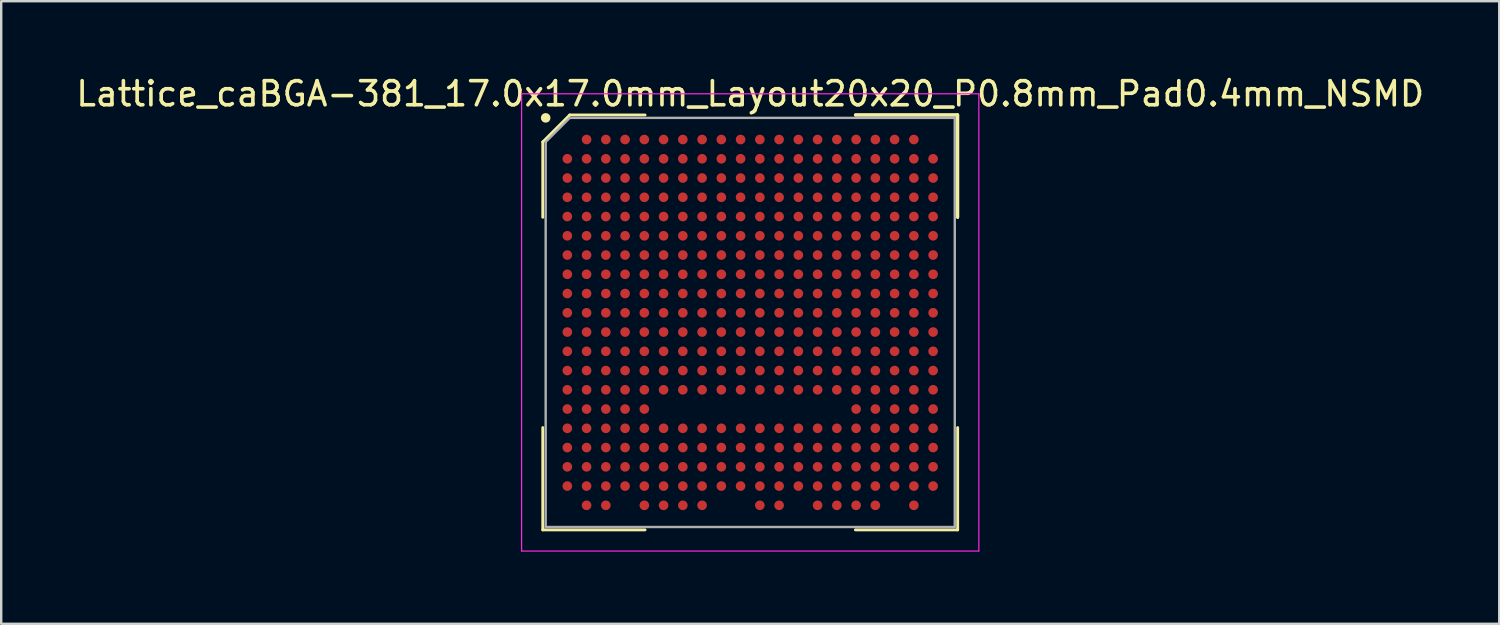
<source format=kicad_pcb>
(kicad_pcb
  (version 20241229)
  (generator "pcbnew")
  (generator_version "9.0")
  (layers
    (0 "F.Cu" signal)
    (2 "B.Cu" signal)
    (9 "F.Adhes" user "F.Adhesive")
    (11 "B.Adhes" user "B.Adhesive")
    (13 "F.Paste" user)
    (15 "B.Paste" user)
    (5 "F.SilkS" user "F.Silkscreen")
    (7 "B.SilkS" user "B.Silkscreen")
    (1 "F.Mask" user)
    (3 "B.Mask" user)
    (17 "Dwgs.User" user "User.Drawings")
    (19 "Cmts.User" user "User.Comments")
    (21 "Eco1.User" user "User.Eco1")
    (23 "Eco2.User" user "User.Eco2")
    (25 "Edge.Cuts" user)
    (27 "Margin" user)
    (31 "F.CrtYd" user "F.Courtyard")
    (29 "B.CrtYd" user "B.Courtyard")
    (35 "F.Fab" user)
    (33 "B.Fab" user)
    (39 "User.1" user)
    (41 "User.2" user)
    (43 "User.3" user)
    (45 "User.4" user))
  (footprint "Lattice_caBGA-381_17.0x17.0mm_Layout20x20_P0.8mm_Pad0.4mm_NSMD"
    (layer "F.Cu")
    (at 28.125 10.348)
    (property "Reference" "Lattice_caBGA-381_17.0x17.0mm_Layout20x20_P0.8mm_Pad0.4mm_NSMD" (at 0 -9.5 0) (layer "F.SilkS") (effects (font (size 1 1) (thickness 0.15))))
    (attr smd)
    (fp_line (start -8.62 -7.5) (end -8.62 -4.37) (stroke (width 0.12) (type solid)) (layer "F.SilkS"))
    (fp_line (start -8.62 8.62) (end -8.62 4.37) (stroke (width 0.12) (type solid)) (layer "F.SilkS"))
    (fp_line (start -7.5 -8.62) (end -8.62 -7.5) (stroke (width 0.12) (type solid)) (layer "F.SilkS"))
    (fp_line (start -4.37 -8.62) (end -7.5 -8.62) (stroke (width 0.12) (type solid)) (layer "F.SilkS"))
    (fp_line (start -4.37 8.62) (end -8.62 8.62) (stroke (width 0.12) (type solid)) (layer "F.SilkS"))
    (fp_line (start 4.37 -8.62) (end 8.62 -8.62) (stroke (width 0.12) (type solid)) (layer "F.SilkS"))
    (fp_line (start 4.37 -8.62) (end 8.62 -8.62) (stroke (width 0.12) (type solid)) (layer "F.SilkS"))
    (fp_line (start 4.37 -8.62) (end 8.62 -8.62) (stroke (width 0.12) (type solid)) (layer "F.SilkS"))
    (fp_line (start 4.37 8.62) (end 8.62 8.62) (stroke (width 0.12) (type solid)) (layer "F.SilkS"))
    (fp_line (start 8.62 -8.62) (end 8.62 -4.37) (stroke (width 0.12) (type solid)) (layer "F.SilkS"))
    (fp_line (start 8.62 -8.62) (end 8.62 -4.37) (stroke (width 0.12) (type solid)) (layer "F.SilkS"))
    (fp_line (start 8.62 -8.62) (end 8.62 -4.37) (stroke (width 0.12) (type solid)) (layer "F.SilkS"))
    (fp_line (start 8.62 8.62) (end 8.62 4.37) (stroke (width 0.12) (type solid)) (layer "F.SilkS"))
    (fp_circle (center -8.5 -8.5) (end -8.5 -8.4) (stroke (width 0.2) (type solid)) (fill no) (layer "F.SilkS"))
    (fp_line (start -9.5 -9.5) (end 9.5 -9.5) (stroke (width 0.05) (type solid)) (layer "F.CrtYd"))
    (fp_line (start -9.5 9.5) (end -9.5 -9.5) (stroke (width 0.05) (type solid)) (layer "F.CrtYd"))
    (fp_line (start 9.5 -9.5) (end 9.5 9.5) (stroke (width 0.05) (type solid)) (layer "F.CrtYd"))
    (fp_line (start 9.5 9.5) (end -9.5 9.5) (stroke (width 0.05) (type solid)) (layer "F.CrtYd"))
    (fp_line (start -8.5 -7.5) (end -8.5 8.5) (stroke (width 0.1) (type solid)) (layer "F.Fab"))
    (fp_line (start -8.5 8.5) (end 8.5 8.5) (stroke (width 0.1) (type solid)) (layer "F.Fab"))
    (fp_line (start -7.5 -8.5) (end -8.5 -7.5) (stroke (width 0.1) (type solid)) (layer "F.Fab"))
    (fp_line (start 8.5 -8.5) (end -7.5 -8.5) (stroke (width 0.1) (type solid)) (layer "F.Fab"))
    (fp_line (start 8.5 8.5) (end 8.5 -8.5) (stroke (width 0.1) (type solid)) (layer "F.Fab"))
    (pad "A2" smd circle (at -6.8 -7.6) (size 0.4 0.4) (layers "F.Cu" "F.Mask" "F.Paste"))
    (pad "A3" smd circle (at -6 -7.6) (size 0.4 0.4) (layers "F.Cu" "F.Mask" "F.Paste"))
    (pad "A4" smd circle (at -5.2 -7.6) (size 0.4 0.4) (layers "F.Cu" "F.Mask" "F.Paste"))
    (pad "A5" smd circle (at -4.4 -7.6) (size 0.4 0.4) (layers "F.Cu" "F.Mask" "F.Paste"))
    (pad "A6" smd circle (at -3.6 -7.6) (size 0.4 0.4) (layers "F.Cu" "F.Mask" "F.Paste"))
    (pad "A7" smd circle (at -2.8 -7.6) (size 0.4 0.4) (layers "F.Cu" "F.Mask" "F.Paste"))
    (pad "A8" smd circle (at -2 -7.6) (size 0.4 0.4) (layers "F.Cu" "F.Mask" "F.Paste"))
    (pad "A9" smd circle (at -1.2 -7.6) (size 0.4 0.4) (layers "F.Cu" "F.Mask" "F.Paste"))
    (pad "A10" smd circle (at -0.4 -7.6) (size 0.4 0.4) (layers "F.Cu" "F.Mask" "F.Paste"))
    (pad "A11" smd circle (at 0.4 -7.6) (size 0.4 0.4) (layers "F.Cu" "F.Mask" "F.Paste"))
    (pad "A12" smd circle (at 1.2 -7.6) (size 0.4 0.4) (layers "F.Cu" "F.Mask" "F.Paste"))
    (pad "A13" smd circle (at 2 -7.6) (size 0.4 0.4) (layers "F.Cu" "F.Mask" "F.Paste"))
    (pad "A14" smd circle (at 2.8 -7.6) (size 0.4 0.4) (layers "F.Cu" "F.Mask" "F.Paste"))
    (pad "A15" smd circle (at 3.6 -7.6) (size 0.4 0.4) (layers "F.Cu" "F.Mask" "F.Paste"))
    (pad "A16" smd circle (at 4.4 -7.6) (size 0.4 0.4) (layers "F.Cu" "F.Mask" "F.Paste"))
    (pad "A17" smd circle (at 5.2 -7.6) (size 0.4 0.4) (layers "F.Cu" "F.Mask" "F.Paste"))
    (pad "A18" smd circle (at 6 -7.6) (size 0.4 0.4) (layers "F.Cu" "F.Mask" "F.Paste"))
    (pad "A19" smd circle (at 6.8 -7.6) (size 0.4 0.4) (layers "F.Cu" "F.Mask" "F.Paste"))
    (pad "B1" smd circle (at -7.6 -6.8) (size 0.4 0.4) (layers "F.Cu" "F.Mask" "F.Paste"))
    (pad "B2" smd circle (at -6.8 -6.8) (size 0.4 0.4) (layers "F.Cu" "F.Mask" "F.Paste"))
    (pad "B3" smd circle (at -6 -6.8) (size 0.4 0.4) (layers "F.Cu" "F.Mask" "F.Paste"))
    (pad "B4" smd circle (at -5.2 -6.8) (size 0.4 0.4) (layers "F.Cu" "F.Mask" "F.Paste"))
    (pad "B5" smd circle (at -4.4 -6.8) (size 0.4 0.4) (layers "F.Cu" "F.Mask" "F.Paste"))
    (pad "B6" smd circle (at -3.6 -6.8) (size 0.4 0.4) (layers "F.Cu" "F.Mask" "F.Paste"))
    (pad "B7" smd circle (at -2.8 -6.8) (size 0.4 0.4) (layers "F.Cu" "F.Mask" "F.Paste"))
    (pad "B8" smd circle (at -2 -6.8) (size 0.4 0.4) (layers "F.Cu" "F.Mask" "F.Paste"))
    (pad "B9" smd circle (at -1.2 -6.8) (size 0.4 0.4) (layers "F.Cu" "F.Mask" "F.Paste"))
    (pad "B10" smd circle (at -0.4 -6.8) (size 0.4 0.4) (layers "F.Cu" "F.Mask" "F.Paste"))
    (pad "B11" smd circle (at 0.4 -6.8) (size 0.4 0.4) (layers "F.Cu" "F.Mask" "F.Paste"))
    (pad "B12" smd circle (at 1.2 -6.8) (size 0.4 0.4) (layers "F.Cu" "F.Mask" "F.Paste"))
    (pad "B13" smd circle (at 2 -6.8) (size 0.4 0.4) (layers "F.Cu" "F.Mask" "F.Paste"))
    (pad "B14" smd circle (at 2.8 -6.8) (size 0.4 0.4) (layers "F.Cu" "F.Mask" "F.Paste"))
    (pad "B15" smd circle (at 3.6 -6.8) (size 0.4 0.4) (layers "F.Cu" "F.Mask" "F.Paste"))
    (pad "B16" smd circle (at 4.4 -6.8) (size 0.4 0.4) (layers "F.Cu" "F.Mask" "F.Paste"))
    (pad "B17" smd circle (at 5.2 -6.8) (size 0.4 0.4) (layers "F.Cu" "F.Mask" "F.Paste"))
    (pad "B18" smd circle (at 6 -6.8) (size 0.4 0.4) (layers "F.Cu" "F.Mask" "F.Paste"))
    (pad "B19" smd circle (at 6.8 -6.8) (size 0.4 0.4) (layers "F.Cu" "F.Mask" "F.Paste"))
    (pad "B20" smd circle (at 7.6 -6.8) (size 0.4 0.4) (layers "F.Cu" "F.Mask" "F.Paste"))
    (pad "C1" smd circle (at -7.6 -6) (size 0.4 0.4) (layers "F.Cu" "F.Mask" "F.Paste"))
    (pad "C2" smd circle (at -6.8 -6) (size 0.4 0.4) (layers "F.Cu" "F.Mask" "F.Paste"))
    (pad "C3" smd circle (at -6 -6) (size 0.4 0.4) (layers "F.Cu" "F.Mask" "F.Paste"))
    (pad "C4" smd circle (at -5.2 -6) (size 0.4 0.4) (layers "F.Cu" "F.Mask" "F.Paste"))
    (pad "C5" smd circle (at -4.4 -6) (size 0.4 0.4) (layers "F.Cu" "F.Mask" "F.Paste"))
    (pad "C6" smd circle (at -3.6 -6) (size 0.4 0.4) (layers "F.Cu" "F.Mask" "F.Paste"))
    (pad "C7" smd circle (at -2.8 -6) (size 0.4 0.4) (layers "F.Cu" "F.Mask" "F.Paste"))
    (pad "C8" smd circle (at -2 -6) (size 0.4 0.4) (layers "F.Cu" "F.Mask" "F.Paste"))
    (pad "C9" smd circle (at -1.2 -6) (size 0.4 0.4) (layers "F.Cu" "F.Mask" "F.Paste"))
    (pad "C10" smd circle (at -0.4 -6) (size 0.4 0.4) (layers "F.Cu" "F.Mask" "F.Paste"))
    (pad "C11" smd circle (at 0.4 -6) (size 0.4 0.4) (layers "F.Cu" "F.Mask" "F.Paste"))
    (pad "C12" smd circle (at 1.2 -6) (size 0.4 0.4) (layers "F.Cu" "F.Mask" "F.Paste"))
    (pad "C13" smd circle (at 2 -6) (size 0.4 0.4) (layers "F.Cu" "F.Mask" "F.Paste"))
    (pad "C14" smd circle (at 2.8 -6) (size 0.4 0.4) (layers "F.Cu" "F.Mask" "F.Paste"))
    (pad "C15" smd circle (at 3.6 -6) (size 0.4 0.4) (layers "F.Cu" "F.Mask" "F.Paste"))
    (pad "C16" smd circle (at 4.4 -6) (size 0.4 0.4) (layers "F.Cu" "F.Mask" "F.Paste"))
    (pad "C17" smd circle (at 5.2 -6) (size 0.4 0.4) (layers "F.Cu" "F.Mask" "F.Paste"))
    (pad "C18" smd circle (at 6 -6) (size 0.4 0.4) (layers "F.Cu" "F.Mask" "F.Paste"))
    (pad "C19" smd circle (at 6.8 -6) (size 0.4 0.4) (layers "F.Cu" "F.Mask" "F.Paste"))
    (pad "C20" smd circle (at 7.6 -6) (size 0.4 0.4) (layers "F.Cu" "F.Mask" "F.Paste"))
    (pad "D1" smd circle (at -7.6 -5.2) (size 0.4 0.4) (layers "F.Cu" "F.Mask" "F.Paste"))
    (pad "D2" smd circle (at -6.8 -5.2) (size 0.4 0.4) (layers "F.Cu" "F.Mask" "F.Paste"))
    (pad "D3" smd circle (at -6 -5.2) (size 0.4 0.4) (layers "F.Cu" "F.Mask" "F.Paste"))
    (pad "D4" smd circle (at -5.2 -5.2) (size 0.4 0.4) (layers "F.Cu" "F.Mask" "F.Paste"))
    (pad "D5" smd circle (at -4.4 -5.2) (size 0.4 0.4) (layers "F.Cu" "F.Mask" "F.Paste"))
    (pad "D6" smd circle (at -3.6 -5.2) (size 0.4 0.4) (layers "F.Cu" "F.Mask" "F.Paste"))
    (pad "D7" smd circle (at -2.8 -5.2) (size 0.4 0.4) (layers "F.Cu" "F.Mask" "F.Paste"))
    (pad "D8" smd circle (at -2 -5.2) (size 0.4 0.4) (layers "F.Cu" "F.Mask" "F.Paste"))
    (pad "D9" smd circle (at -1.2 -5.2) (size 0.4 0.4) (layers "F.Cu" "F.Mask" "F.Paste"))
    (pad "D10" smd circle (at -0.4 -5.2) (size 0.4 0.4) (layers "F.Cu" "F.Mask" "F.Paste"))
    (pad "D11" smd circle (at 0.4 -5.2) (size 0.4 0.4) (layers "F.Cu" "F.Mask" "F.Paste"))
    (pad "D12" smd circle (at 1.2 -5.2) (size 0.4 0.4) (layers "F.Cu" "F.Mask" "F.Paste"))
    (pad "D13" smd circle (at 2 -5.2) (size 0.4 0.4) (layers "F.Cu" "F.Mask" "F.Paste"))
    (pad "D14" smd circle (at 2.8 -5.2) (size 0.4 0.4) (layers "F.Cu" "F.Mask" "F.Paste"))
    (pad "D15" smd circle (at 3.6 -5.2) (size 0.4 0.4) (layers "F.Cu" "F.Mask" "F.Paste"))
    (pad "D16" smd circle (at 4.4 -5.2) (size 0.4 0.4) (layers "F.Cu" "F.Mask" "F.Paste"))
    (pad "D17" smd circle (at 5.2 -5.2) (size 0.4 0.4) (layers "F.Cu" "F.Mask" "F.Paste"))
    (pad "D18" smd circle (at 6 -5.2) (size 0.4 0.4) (layers "F.Cu" "F.Mask" "F.Paste"))
    (pad "D19" smd circle (at 6.8 -5.2) (size 0.4 0.4) (layers "F.Cu" "F.Mask" "F.Paste"))
    (pad "D20" smd circle (at 7.6 -5.2) (size 0.4 0.4) (layers "F.Cu" "F.Mask" "F.Paste"))
    (pad "E1" smd circle (at -7.6 -4.4) (size 0.4 0.4) (layers "F.Cu" "F.Mask" "F.Paste"))
    (pad "E2" smd circle (at -6.8 -4.4) (size 0.4 0.4) (layers "F.Cu" "F.Mask" "F.Paste"))
    (pad "E3" smd circle (at -6 -4.4) (size 0.4 0.4) (layers "F.Cu" "F.Mask" "F.Paste"))
    (pad "E4" smd circle (at -5.2 -4.4) (size 0.4 0.4) (layers "F.Cu" "F.Mask" "F.Paste"))
    (pad "E5" smd circle (at -4.4 -4.4) (size 0.4 0.4) (layers "F.Cu" "F.Mask" "F.Paste"))
    (pad "E6" smd circle (at -3.6 -4.4) (size 0.4 0.4) (layers "F.Cu" "F.Mask" "F.Paste"))
    (pad "E7" smd circle (at -2.8 -4.4) (size 0.4 0.4) (layers "F.Cu" "F.Mask" "F.Paste"))
    (pad "E8" smd circle (at -2 -4.4) (size 0.4 0.4) (layers "F.Cu" "F.Mask" "F.Paste"))
    (pad "E9" smd circle (at -1.2 -4.4) (size 0.4 0.4) (layers "F.Cu" "F.Mask" "F.Paste"))
    (pad "E10" smd circle (at -0.4 -4.4) (size 0.4 0.4) (layers "F.Cu" "F.Mask" "F.Paste"))
    (pad "E11" smd circle (at 0.4 -4.4) (size 0.4 0.4) (layers "F.Cu" "F.Mask" "F.Paste"))
    (pad "E12" smd circle (at 1.2 -4.4) (size 0.4 0.4) (layers "F.Cu" "F.Mask" "F.Paste"))
    (pad "E13" smd circle (at 2 -4.4) (size 0.4 0.4) (layers "F.Cu" "F.Mask" "F.Paste"))
    (pad "E14" smd circle (at 2.8 -4.4) (size 0.4 0.4) (layers "F.Cu" "F.Mask" "F.Paste"))
    (pad "E15" smd circle (at 3.6 -4.4) (size 0.4 0.4) (layers "F.Cu" "F.Mask" "F.Paste"))
    (pad "E16" smd circle (at 4.4 -4.4) (size 0.4 0.4) (layers "F.Cu" "F.Mask" "F.Paste"))
    (pad "E17" smd circle (at 5.2 -4.4) (size 0.4 0.4) (layers "F.Cu" "F.Mask" "F.Paste"))
    (pad "E18" smd circle (at 6 -4.4) (size 0.4 0.4) (layers "F.Cu" "F.Mask" "F.Paste"))
    (pad "E19" smd circle (at 6.8 -4.4) (size 0.4 0.4) (layers "F.Cu" "F.Mask" "F.Paste"))
    (pad "E20" smd circle (at 7.6 -4.4) (size 0.4 0.4) (layers "F.Cu" "F.Mask" "F.Paste"))
    (pad "F1" smd circle (at -7.6 -3.6) (size 0.4 0.4) (layers "F.Cu" "F.Mask" "F.Paste"))
    (pad "F2" smd circle (at -6.8 -3.6) (size 0.4 0.4) (layers "F.Cu" "F.Mask" "F.Paste"))
    (pad "F3" smd circle (at -6 -3.6) (size 0.4 0.4) (layers "F.Cu" "F.Mask" "F.Paste"))
    (pad "F4" smd circle (at -5.2 -3.6) (size 0.4 0.4) (layers "F.Cu" "F.Mask" "F.Paste"))
    (pad "F5" smd circle (at -4.4 -3.6) (size 0.4 0.4) (layers "F.Cu" "F.Mask" "F.Paste"))
    (pad "F6" smd circle (at -3.6 -3.6) (size 0.4 0.4) (layers "F.Cu" "F.Mask" "F.Paste"))
    (pad "F7" smd circle (at -2.8 -3.6) (size 0.4 0.4) (layers "F.Cu" "F.Mask" "F.Paste"))
    (pad "F8" smd circle (at -2 -3.6) (size 0.4 0.4) (layers "F.Cu" "F.Mask" "F.Paste"))
    (pad "F9" smd circle (at -1.2 -3.6) (size 0.4 0.4) (layers "F.Cu" "F.Mask" "F.Paste"))
    (pad "F10" smd circle (at -0.4 -3.6) (size 0.4 0.4) (layers "F.Cu" "F.Mask" "F.Paste"))
    (pad "F11" smd circle (at 0.4 -3.6) (size 0.4 0.4) (layers "F.Cu" "F.Mask" "F.Paste"))
    (pad "F12" smd circle (at 1.2 -3.6) (size 0.4 0.4) (layers "F.Cu" "F.Mask" "F.Paste"))
    (pad "F13" smd circle (at 2 -3.6) (size 0.4 0.4) (layers "F.Cu" "F.Mask" "F.Paste"))
    (pad "F14" smd circle (at 2.8 -3.6) (size 0.4 0.4) (layers "F.Cu" "F.Mask" "F.Paste"))
    (pad "F15" smd circle (at 3.6 -3.6) (size 0.4 0.4) (layers "F.Cu" "F.Mask" "F.Paste"))
    (pad "F16" smd circle (at 4.4 -3.6) (size 0.4 0.4) (layers "F.Cu" "F.Mask" "F.Paste"))
    (pad "F17" smd circle (at 5.2 -3.6) (size 0.4 0.4) (layers "F.Cu" "F.Mask" "F.Paste"))
    (pad "F18" smd circle (at 6 -3.6) (size 0.4 0.4) (layers "F.Cu" "F.Mask" "F.Paste"))
    (pad "F19" smd circle (at 6.8 -3.6) (size 0.4 0.4) (layers "F.Cu" "F.Mask" "F.Paste"))
    (pad "F20" smd circle (at 7.6 -3.6) (size 0.4 0.4) (layers "F.Cu" "F.Mask" "F.Paste"))
    (pad "G1" smd circle (at -7.6 -2.8) (size 0.4 0.4) (layers "F.Cu" "F.Mask" "F.Paste"))
    (pad "G2" smd circle (at -6.8 -2.8) (size 0.4 0.4) (layers "F.Cu" "F.Mask" "F.Paste"))
    (pad "G3" smd circle (at -6 -2.8) (size 0.4 0.4) (layers "F.Cu" "F.Mask" "F.Paste"))
    (pad "G4" smd circle (at -5.2 -2.8) (size 0.4 0.4) (layers "F.Cu" "F.Mask" "F.Paste"))
    (pad "G5" smd circle (at -4.4 -2.8) (size 0.4 0.4) (layers "F.Cu" "F.Mask" "F.Paste"))
    (pad "G6" smd circle (at -3.6 -2.8) (size 0.4 0.4) (layers "F.Cu" "F.Mask" "F.Paste"))
    (pad "G7" smd circle (at -2.8 -2.8) (size 0.4 0.4) (layers "F.Cu" "F.Mask" "F.Paste"))
    (pad "G8" smd circle (at -2 -2.8) (size 0.4 0.4) (layers "F.Cu" "F.Mask" "F.Paste"))
    (pad "G9" smd circle (at -1.2 -2.8) (size 0.4 0.4) (layers "F.Cu" "F.Mask" "F.Paste"))
    (pad "G10" smd circle (at -0.4 -2.8) (size 0.4 0.4) (layers "F.Cu" "F.Mask" "F.Paste"))
    (pad "G11" smd circle (at 0.4 -2.8) (size 0.4 0.4) (layers "F.Cu" "F.Mask" "F.Paste"))
    (pad "G12" smd circle (at 1.2 -2.8) (size 0.4 0.4) (layers "F.Cu" "F.Mask" "F.Paste"))
    (pad "G13" smd circle (at 2 -2.8) (size 0.4 0.4) (layers "F.Cu" "F.Mask" "F.Paste"))
    (pad "G14" smd circle (at 2.8 -2.8) (size 0.4 0.4) (layers "F.Cu" "F.Mask" "F.Paste"))
    (pad "G15" smd circle (at 3.6 -2.8) (size 0.4 0.4) (layers "F.Cu" "F.Mask" "F.Paste"))
    (pad "G16" smd circle (at 4.4 -2.8) (size 0.4 0.4) (layers "F.Cu" "F.Mask" "F.Paste"))
    (pad "G17" smd circle (at 5.2 -2.8) (size 0.4 0.4) (layers "F.Cu" "F.Mask" "F.Paste"))
    (pad "G18" smd circle (at 6 -2.8) (size 0.4 0.4) (layers "F.Cu" "F.Mask" "F.Paste"))
    (pad "G19" smd circle (at 6.8 -2.8) (size 0.4 0.4) (layers "F.Cu" "F.Mask" "F.Paste"))
    (pad "G20" smd circle (at 7.6 -2.8) (size 0.4 0.4) (layers "F.Cu" "F.Mask" "F.Paste"))
    (pad "H1" smd circle (at -7.6 -2) (size 0.4 0.4) (layers "F.Cu" "F.Mask" "F.Paste"))
    (pad "H2" smd circle (at -6.8 -2) (size 0.4 0.4) (layers "F.Cu" "F.Mask" "F.Paste"))
    (pad "H3" smd circle (at -6 -2) (size 0.4 0.4) (layers "F.Cu" "F.Mask" "F.Paste"))
    (pad "H4" smd circle (at -5.2 -2) (size 0.4 0.4) (layers "F.Cu" "F.Mask" "F.Paste"))
    (pad "H5" smd circle (at -4.4 -2) (size 0.4 0.4) (layers "F.Cu" "F.Mask" "F.Paste"))
    (pad "H6" smd circle (at -3.6 -2) (size 0.4 0.4) (layers "F.Cu" "F.Mask" "F.Paste"))
    (pad "H7" smd circle (at -2.8 -2) (size 0.4 0.4) (layers "F.Cu" "F.Mask" "F.Paste"))
    (pad "H8" smd circle (at -2 -2) (size 0.4 0.4) (layers "F.Cu" "F.Mask" "F.Paste"))
    (pad "H9" smd circle (at -1.2 -2) (size 0.4 0.4) (layers "F.Cu" "F.Mask" "F.Paste"))
    (pad "H10" smd circle (at -0.4 -2) (size 0.4 0.4) (layers "F.Cu" "F.Mask" "F.Paste"))
    (pad "H11" smd circle (at 0.4 -2) (size 0.4 0.4) (layers "F.Cu" "F.Mask" "F.Paste"))
    (pad "H12" smd circle (at 1.2 -2) (size 0.4 0.4) (layers "F.Cu" "F.Mask" "F.Paste"))
    (pad "H13" smd circle (at 2 -2) (size 0.4 0.4) (layers "F.Cu" "F.Mask" "F.Paste"))
    (pad "H14" smd circle (at 2.8 -2) (size 0.4 0.4) (layers "F.Cu" "F.Mask" "F.Paste"))
    (pad "H15" smd circle (at 3.6 -2) (size 0.4 0.4) (layers "F.Cu" "F.Mask" "F.Paste"))
    (pad "H16" smd circle (at 4.4 -2) (size 0.4 0.4) (layers "F.Cu" "F.Mask" "F.Paste"))
    (pad "H17" smd circle (at 5.2 -2) (size 0.4 0.4) (layers "F.Cu" "F.Mask" "F.Paste"))
    (pad "H18" smd circle (at 6 -2) (size 0.4 0.4) (layers "F.Cu" "F.Mask" "F.Paste"))
    (pad "H19" smd circle (at 6.8 -2) (size 0.4 0.4) (layers "F.Cu" "F.Mask" "F.Paste"))
    (pad "H20" smd circle (at 7.6 -2) (size 0.4 0.4) (layers "F.Cu" "F.Mask" "F.Paste"))
    (pad "J1" smd circle (at -7.6 -1.2) (size 0.4 0.4) (layers "F.Cu" "F.Mask" "F.Paste"))
    (pad "J2" smd circle (at -6.8 -1.2) (size 0.4 0.4) (layers "F.Cu" "F.Mask" "F.Paste"))
    (pad "J3" smd circle (at -6 -1.2) (size 0.4 0.4) (layers "F.Cu" "F.Mask" "F.Paste"))
    (pad "J4" smd circle (at -5.2 -1.2) (size 0.4 0.4) (layers "F.Cu" "F.Mask" "F.Paste"))
    (pad "J5" smd circle (at -4.4 -1.2) (size 0.4 0.4) (layers "F.Cu" "F.Mask" "F.Paste"))
    (pad "J6" smd circle (at -3.6 -1.2) (size 0.4 0.4) (layers "F.Cu" "F.Mask" "F.Paste"))
    (pad "J7" smd circle (at -2.8 -1.2) (size 0.4 0.4) (layers "F.Cu" "F.Mask" "F.Paste"))
    (pad "J8" smd circle (at -2 -1.2) (size 0.4 0.4) (layers "F.Cu" "F.Mask" "F.Paste"))
    (pad "J9" smd circle (at -1.2 -1.2) (size 0.4 0.4) (layers "F.Cu" "F.Mask" "F.Paste"))
    (pad "J10" smd circle (at -0.4 -1.2) (size 0.4 0.4) (layers "F.Cu" "F.Mask" "F.Paste"))
    (pad "J11" smd circle (at 0.4 -1.2) (size 0.4 0.4) (layers "F.Cu" "F.Mask" "F.Paste"))
    (pad "J12" smd circle (at 1.2 -1.2) (size 0.4 0.4) (layers "F.Cu" "F.Mask" "F.Paste"))
    (pad "J13" smd circle (at 2 -1.2) (size 0.4 0.4) (layers "F.Cu" "F.Mask" "F.Paste"))
    (pad "J14" smd circle (at 2.8 -1.2) (size 0.4 0.4) (layers "F.Cu" "F.Mask" "F.Paste"))
    (pad "J15" smd circle (at 3.6 -1.2) (size 0.4 0.4) (layers "F.Cu" "F.Mask" "F.Paste"))
    (pad "J16" smd circle (at 4.4 -1.2) (size 0.4 0.4) (layers "F.Cu" "F.Mask" "F.Paste"))
    (pad "J17" smd circle (at 5.2 -1.2) (size 0.4 0.4) (layers "F.Cu" "F.Mask" "F.Paste"))
    (pad "J18" smd circle (at 6 -1.2) (size 0.4 0.4) (layers "F.Cu" "F.Mask" "F.Paste"))
    (pad "J19" smd circle (at 6.8 -1.2) (size 0.4 0.4) (layers "F.Cu" "F.Mask" "F.Paste"))
    (pad "J20" smd circle (at 7.6 -1.2) (size 0.4 0.4) (layers "F.Cu" "F.Mask" "F.Paste"))
    (pad "K1" smd circle (at -7.6 -0.4) (size 0.4 0.4) (layers "F.Cu" "F.Mask" "F.Paste"))
    (pad "K2" smd circle (at -6.8 -0.4) (size 0.4 0.4) (layers "F.Cu" "F.Mask" "F.Paste"))
    (pad "K3" smd circle (at -6 -0.4) (size 0.4 0.4) (layers "F.Cu" "F.Mask" "F.Paste"))
    (pad "K4" smd circle (at -5.2 -0.4) (size 0.4 0.4) (layers "F.Cu" "F.Mask" "F.Paste"))
    (pad "K5" smd circle (at -4.4 -0.4) (size 0.4 0.4) (layers "F.Cu" "F.Mask" "F.Paste"))
    (pad "K6" smd circle (at -3.6 -0.4) (size 0.4 0.4) (layers "F.Cu" "F.Mask" "F.Paste"))
    (pad "K7" smd circle (at -2.8 -0.4) (size 0.4 0.4) (layers "F.Cu" "F.Mask" "F.Paste"))
    (pad "K8" smd circle (at -2 -0.4) (size 0.4 0.4) (layers "F.Cu" "F.Mask" "F.Paste"))
    (pad "K9" smd circle (at -1.2 -0.4) (size 0.4 0.4) (layers "F.Cu" "F.Mask" "F.Paste"))
    (pad "K10" smd circle (at -0.4 -0.4) (size 0.4 0.4) (layers "F.Cu" "F.Mask" "F.Paste"))
    (pad "K11" smd circle (at 0.4 -0.4) (size 0.4 0.4) (layers "F.Cu" "F.Mask" "F.Paste"))
    (pad "K12" smd circle (at 1.2 -0.4) (size 0.4 0.4) (layers "F.Cu" "F.Mask" "F.Paste"))
    (pad "K13" smd circle (at 2 -0.4) (size 0.4 0.4) (layers "F.Cu" "F.Mask" "F.Paste"))
    (pad "K14" smd circle (at 2.8 -0.4) (size 0.4 0.4) (layers "F.Cu" "F.Mask" "F.Paste"))
    (pad "K15" smd circle (at 3.6 -0.4) (size 0.4 0.4) (layers "F.Cu" "F.Mask" "F.Paste"))
    (pad "K16" smd circle (at 4.4 -0.4) (size 0.4 0.4) (layers "F.Cu" "F.Mask" "F.Paste"))
    (pad "K17" smd circle (at 5.2 -0.4) (size 0.4 0.4) (layers "F.Cu" "F.Mask" "F.Paste"))
    (pad "K18" smd circle (at 6 -0.4) (size 0.4 0.4) (layers "F.Cu" "F.Mask" "F.Paste"))
    (pad "K19" smd circle (at 6.8 -0.4) (size 0.4 0.4) (layers "F.Cu" "F.Mask" "F.Paste"))
    (pad "K20" smd circle (at 7.6 -0.4) (size 0.4 0.4) (layers "F.Cu" "F.Mask" "F.Paste"))
    (pad "L1" smd circle (at -7.6 0.4) (size 0.4 0.4) (layers "F.Cu" "F.Mask" "F.Paste"))
    (pad "L2" smd circle (at -6.8 0.4) (size 0.4 0.4) (layers "F.Cu" "F.Mask" "F.Paste"))
    (pad "L3" smd circle (at -6 0.4) (size 0.4 0.4) (layers "F.Cu" "F.Mask" "F.Paste"))
    (pad "L4" smd circle (at -5.2 0.4) (size 0.4 0.4) (layers "F.Cu" "F.Mask" "F.Paste"))
    (pad "L5" smd circle (at -4.4 0.4) (size 0.4 0.4) (layers "F.Cu" "F.Mask" "F.Paste"))
    (pad "L6" smd circle (at -3.6 0.4) (size 0.4 0.4) (layers "F.Cu" "F.Mask" "F.Paste"))
    (pad "L7" smd circle (at -2.8 0.4) (size 0.4 0.4) (layers "F.Cu" "F.Mask" "F.Paste"))
    (pad "L8" smd circle (at -2 0.4) (size 0.4 0.4) (layers "F.Cu" "F.Mask" "F.Paste"))
    (pad "L9" smd circle (at -1.2 0.4) (size 0.4 0.4) (layers "F.Cu" "F.Mask" "F.Paste"))
    (pad "L10" smd circle (at -0.4 0.4) (size 0.4 0.4) (layers "F.Cu" "F.Mask" "F.Paste"))
    (pad "L11" smd circle (at 0.4 0.4) (size 0.4 0.4) (layers "F.Cu" "F.Mask" "F.Paste"))
    (pad "L12" smd circle (at 1.2 0.4) (size 0.4 0.4) (layers "F.Cu" "F.Mask" "F.Paste"))
    (pad "L13" smd circle (at 2 0.4) (size 0.4 0.4) (layers "F.Cu" "F.Mask" "F.Paste"))
    (pad "L14" smd circle (at 2.8 0.4) (size 0.4 0.4) (layers "F.Cu" "F.Mask" "F.Paste"))
    (pad "L15" smd circle (at 3.6 0.4) (size 0.4 0.4) (layers "F.Cu" "F.Mask" "F.Paste"))
    (pad "L16" smd circle (at 4.4 0.4) (size 0.4 0.4) (layers "F.Cu" "F.Mask" "F.Paste"))
    (pad "L17" smd circle (at 5.2 0.4) (size 0.4 0.4) (layers "F.Cu" "F.Mask" "F.Paste"))
    (pad "L18" smd circle (at 6 0.4) (size 0.4 0.4) (layers "F.Cu" "F.Mask" "F.Paste"))
    (pad "L19" smd circle (at 6.8 0.4) (size 0.4 0.4) (layers "F.Cu" "F.Mask" "F.Paste"))
    (pad "L20" smd circle (at 7.6 0.4) (size 0.4 0.4) (layers "F.Cu" "F.Mask" "F.Paste"))
    (pad "M1" smd circle (at -7.6 1.2) (size 0.4 0.4) (layers "F.Cu" "F.Mask" "F.Paste"))
    (pad "M2" smd circle (at -6.8 1.2) (size 0.4 0.4) (layers "F.Cu" "F.Mask" "F.Paste"))
    (pad "M3" smd circle (at -6 1.2) (size 0.4 0.4) (layers "F.Cu" "F.Mask" "F.Paste"))
    (pad "M4" smd circle (at -5.2 1.2) (size 0.4 0.4) (layers "F.Cu" "F.Mask" "F.Paste"))
    (pad "M5" smd circle (at -4.4 1.2) (size 0.4 0.4) (layers "F.Cu" "F.Mask" "F.Paste"))
    (pad "M6" smd circle (at -3.6 1.2) (size 0.4 0.4) (layers "F.Cu" "F.Mask" "F.Paste"))
    (pad "M7" smd circle (at -2.8 1.2) (size 0.4 0.4) (layers "F.Cu" "F.Mask" "F.Paste"))
    (pad "M8" smd circle (at -2 1.2) (size 0.4 0.4) (layers "F.Cu" "F.Mask" "F.Paste"))
    (pad "M9" smd circle (at -1.2 1.2) (size 0.4 0.4) (layers "F.Cu" "F.Mask" "F.Paste"))
    (pad "M10" smd circle (at -0.4 1.2) (size 0.4 0.4) (layers "F.Cu" "F.Mask" "F.Paste"))
    (pad "M11" smd circle (at 0.4 1.2) (size 0.4 0.4) (layers "F.Cu" "F.Mask" "F.Paste"))
    (pad "M12" smd circle (at 1.2 1.2) (size 0.4 0.4) (layers "F.Cu" "F.Mask" "F.Paste"))
    (pad "M13" smd circle (at 2 1.2) (size 0.4 0.4) (layers "F.Cu" "F.Mask" "F.Paste"))
    (pad "M14" smd circle (at 2.8 1.2) (size 0.4 0.4) (layers "F.Cu" "F.Mask" "F.Paste"))
    (pad "M15" smd circle (at 3.6 1.2) (size 0.4 0.4) (layers "F.Cu" "F.Mask" "F.Paste"))
    (pad "M16" smd circle (at 4.4 1.2) (size 0.4 0.4) (layers "F.Cu" "F.Mask" "F.Paste"))
    (pad "M17" smd circle (at 5.2 1.2) (size 0.4 0.4) (layers "F.Cu" "F.Mask" "F.Paste"))
    (pad "M18" smd circle (at 6 1.2) (size 0.4 0.4) (layers "F.Cu" "F.Mask" "F.Paste"))
    (pad "M19" smd circle (at 6.8 1.2) (size 0.4 0.4) (layers "F.Cu" "F.Mask" "F.Paste"))
    (pad "M20" smd circle (at 7.6 1.2) (size 0.4 0.4) (layers "F.Cu" "F.Mask" "F.Paste"))
    (pad "N1" smd circle (at -7.6 2) (size 0.4 0.4) (layers "F.Cu" "F.Mask" "F.Paste"))
    (pad "N2" smd circle (at -6.8 2) (size 0.4 0.4) (layers "F.Cu" "F.Mask" "F.Paste"))
    (pad "N3" smd circle (at -6 2) (size 0.4 0.4) (layers "F.Cu" "F.Mask" "F.Paste"))
    (pad "N4" smd circle (at -5.2 2) (size 0.4 0.4) (layers "F.Cu" "F.Mask" "F.Paste"))
    (pad "N5" smd circle (at -4.4 2) (size 0.4 0.4) (layers "F.Cu" "F.Mask" "F.Paste"))
    (pad "N6" smd circle (at -3.6 2) (size 0.4 0.4) (layers "F.Cu" "F.Mask" "F.Paste"))
    (pad "N7" smd circle (at -2.8 2) (size 0.4 0.4) (layers "F.Cu" "F.Mask" "F.Paste"))
    (pad "N8" smd circle (at -2 2) (size 0.4 0.4) (layers "F.Cu" "F.Mask" "F.Paste"))
    (pad "N9" smd circle (at -1.2 2) (size 0.4 0.4) (layers "F.Cu" "F.Mask" "F.Paste"))
    (pad "N10" smd circle (at -0.4 2) (size 0.4 0.4) (layers "F.Cu" "F.Mask" "F.Paste"))
    (pad "N11" smd circle (at 0.4 2) (size 0.4 0.4) (layers "F.Cu" "F.Mask" "F.Paste"))
    (pad "N12" smd circle (at 1.2 2) (size 0.4 0.4) (layers "F.Cu" "F.Mask" "F.Paste"))
    (pad "N13" smd circle (at 2 2) (size 0.4 0.4) (layers "F.Cu" "F.Mask" "F.Paste"))
    (pad "N14" smd circle (at 2.8 2) (size 0.4 0.4) (layers "F.Cu" "F.Mask" "F.Paste"))
    (pad "N15" smd circle (at 3.6 2) (size 0.4 0.4) (layers "F.Cu" "F.Mask" "F.Paste"))
    (pad "N16" smd circle (at 4.4 2) (size 0.4 0.4) (layers "F.Cu" "F.Mask" "F.Paste"))
    (pad "N17" smd circle (at 5.2 2) (size 0.4 0.4) (layers "F.Cu" "F.Mask" "F.Paste"))
    (pad "N18" smd circle (at 6 2) (size 0.4 0.4) (layers "F.Cu" "F.Mask" "F.Paste"))
    (pad "N19" smd circle (at 6.8 2) (size 0.4 0.4) (layers "F.Cu" "F.Mask" "F.Paste"))
    (pad "N20" smd circle (at 7.6 2) (size 0.4 0.4) (layers "F.Cu" "F.Mask" "F.Paste"))
    (pad "P1" smd circle (at -7.6 2.8) (size 0.4 0.4) (layers "F.Cu" "F.Mask" "F.Paste"))
    (pad "P2" smd circle (at -6.8 2.8) (size 0.4 0.4) (layers "F.Cu" "F.Mask" "F.Paste"))
    (pad "P3" smd circle (at -6 2.8) (size 0.4 0.4) (layers "F.Cu" "F.Mask" "F.Paste"))
    (pad "P4" smd circle (at -5.2 2.8) (size 0.4 0.4) (layers "F.Cu" "F.Mask" "F.Paste"))
    (pad "P5" smd circle (at -4.4 2.8) (size 0.4 0.4) (layers "F.Cu" "F.Mask" "F.Paste"))
    (pad "P6" smd circle (at -3.6 2.8) (size 0.4 0.4) (layers "F.Cu" "F.Mask" "F.Paste"))
    (pad "P7" smd circle (at -2.8 2.8) (size 0.4 0.4) (layers "F.Cu" "F.Mask" "F.Paste"))
    (pad "P8" smd circle (at -2 2.8) (size 0.4 0.4) (layers "F.Cu" "F.Mask" "F.Paste"))
    (pad "P9" smd circle (at -1.2 2.8) (size 0.4 0.4) (layers "F.Cu" "F.Mask" "F.Paste"))
    (pad "P10" smd circle (at -0.4 2.8) (size 0.4 0.4) (layers "F.Cu" "F.Mask" "F.Paste"))
    (pad "P11" smd circle (at 0.4 2.8) (size 0.4 0.4) (layers "F.Cu" "F.Mask" "F.Paste"))
    (pad "P12" smd circle (at 1.2 2.8) (size 0.4 0.4) (layers "F.Cu" "F.Mask" "F.Paste"))
    (pad "P13" smd circle (at 2 2.8) (size 0.4 0.4) (layers "F.Cu" "F.Mask" "F.Paste"))
    (pad "P14" smd circle (at 2.8 2.8) (size 0.4 0.4) (layers "F.Cu" "F.Mask" "F.Paste"))
    (pad "P15" smd circle (at 3.6 2.8) (size 0.4 0.4) (layers "F.Cu" "F.Mask" "F.Paste"))
    (pad "P16" smd circle (at 4.4 2.8) (size 0.4 0.4) (layers "F.Cu" "F.Mask" "F.Paste"))
    (pad "P17" smd circle (at 5.2 2.8) (size 0.4 0.4) (layers "F.Cu" "F.Mask" "F.Paste"))
    (pad "P18" smd circle (at 6 2.8) (size 0.4 0.4) (layers "F.Cu" "F.Mask" "F.Paste"))
    (pad "P19" smd circle (at 6.8 2.8) (size 0.4 0.4) (layers "F.Cu" "F.Mask" "F.Paste"))
    (pad "P20" smd circle (at 7.6 2.8) (size 0.4 0.4) (layers "F.Cu" "F.Mask" "F.Paste"))
    (pad "R1" smd circle (at -7.6 3.6) (size 0.4 0.4) (layers "F.Cu" "F.Mask" "F.Paste"))
    (pad "R2" smd circle (at -6.8 3.6) (size 0.4 0.4) (layers "F.Cu" "F.Mask" "F.Paste"))
    (pad "R3" smd circle (at -6 3.6) (size 0.4 0.4) (layers "F.Cu" "F.Mask" "F.Paste"))
    (pad "R4" smd circle (at -5.2 3.6) (size 0.4 0.4) (layers "F.Cu" "F.Mask" "F.Paste"))
    (pad "R5" smd circle (at -4.4 3.6) (size 0.4 0.4) (layers "F.Cu" "F.Mask" "F.Paste"))
    (pad "R16" smd circle (at 4.4 3.6) (size 0.4 0.4) (layers "F.Cu" "F.Mask" "F.Paste"))
    (pad "R17" smd circle (at 5.2 3.6) (size 0.4 0.4) (layers "F.Cu" "F.Mask" "F.Paste"))
    (pad "R18" smd circle (at 6 3.6) (size 0.4 0.4) (layers "F.Cu" "F.Mask" "F.Paste"))
    (pad "R19" smd circle (at 6.8 3.6) (size 0.4 0.4) (layers "F.Cu" "F.Mask" "F.Paste"))
    (pad "R20" smd circle (at 7.6 3.6) (size 0.4 0.4) (layers "F.Cu" "F.Mask" "F.Paste"))
    (pad "T1" smd circle (at -7.6 4.4) (size 0.4 0.4) (layers "F.Cu" "F.Mask" "F.Paste"))
    (pad "T2" smd circle (at -6.8 4.4) (size 0.4 0.4) (layers "F.Cu" "F.Mask" "F.Paste"))
    (pad "T3" smd circle (at -6 4.4) (size 0.4 0.4) (layers "F.Cu" "F.Mask" "F.Paste"))
    (pad "T4" smd circle (at -5.2 4.4) (size 0.4 0.4) (layers "F.Cu" "F.Mask" "F.Paste"))
    (pad "T5" smd circle (at -4.4 4.4) (size 0.4 0.4) (layers "F.Cu" "F.Mask" "F.Paste"))
    (pad "T6" smd circle (at -3.6 4.4) (size 0.4 0.4) (layers "F.Cu" "F.Mask" "F.Paste"))
    (pad "T7" smd circle (at -2.8 4.4) (size 0.4 0.4) (layers "F.Cu" "F.Mask" "F.Paste"))
    (pad "T8" smd circle (at -2 4.4) (size 0.4 0.4) (layers "F.Cu" "F.Mask" "F.Paste"))
    (pad "T9" smd circle (at -1.2 4.4) (size 0.4 0.4) (layers "F.Cu" "F.Mask" "F.Paste"))
    (pad "T10" smd circle (at -0.4 4.4) (size 0.4 0.4) (layers "F.Cu" "F.Mask" "F.Paste"))
    (pad "T11" smd circle (at 0.4 4.4) (size 0.4 0.4) (layers "F.Cu" "F.Mask" "F.Paste"))
    (pad "T12" smd circle (at 1.2 4.4) (size 0.4 0.4) (layers "F.Cu" "F.Mask" "F.Paste"))
    (pad "T13" smd circle (at 2 4.4) (size 0.4 0.4) (layers "F.Cu" "F.Mask" "F.Paste"))
    (pad "T14" smd circle (at 2.8 4.4) (size 0.4 0.4) (layers "F.Cu" "F.Mask" "F.Paste"))
    (pad "T15" smd circle (at 3.6 4.4) (size 0.4 0.4) (layers "F.Cu" "F.Mask" "F.Paste"))
    (pad "T16" smd circle (at 4.4 4.4) (size 0.4 0.4) (layers "F.Cu" "F.Mask" "F.Paste"))
    (pad "T17" smd circle (at 5.2 4.4) (size 0.4 0.4) (layers "F.Cu" "F.Mask" "F.Paste"))
    (pad "T18" smd circle (at 6 4.4) (size 0.4 0.4) (layers "F.Cu" "F.Mask" "F.Paste"))
    (pad "T19" smd circle (at 6.8 4.4) (size 0.4 0.4) (layers "F.Cu" "F.Mask" "F.Paste"))
    (pad "T20" smd circle (at 7.6 4.4) (size 0.4 0.4) (layers "F.Cu" "F.Mask" "F.Paste"))
    (pad "U1" smd circle (at -7.6 5.2) (size 0.4 0.4) (layers "F.Cu" "F.Mask" "F.Paste"))
    (pad "U2" smd circle (at -6.8 5.2) (size 0.4 0.4) (layers "F.Cu" "F.Mask" "F.Paste"))
    (pad "U3" smd circle (at -6 5.2) (size 0.4 0.4) (layers "F.Cu" "F.Mask" "F.Paste"))
    (pad "U4" smd circle (at -5.2 5.2) (size 0.4 0.4) (layers "F.Cu" "F.Mask" "F.Paste"))
    (pad "U5" smd circle (at -4.4 5.2) (size 0.4 0.4) (layers "F.Cu" "F.Mask" "F.Paste"))
    (pad "U6" smd circle (at -3.6 5.2) (size 0.4 0.4) (layers "F.Cu" "F.Mask" "F.Paste"))
    (pad "U7" smd circle (at -2.8 5.2) (size 0.4 0.4) (layers "F.Cu" "F.Mask" "F.Paste"))
    (pad "U8" smd circle (at -2 5.2) (size 0.4 0.4) (layers "F.Cu" "F.Mask" "F.Paste"))
    (pad "U9" smd circle (at -1.2 5.2) (size 0.4 0.4) (layers "F.Cu" "F.Mask" "F.Paste"))
    (pad "U10" smd circle (at -0.4 5.2) (size 0.4 0.4) (layers "F.Cu" "F.Mask" "F.Paste"))
    (pad "U11" smd circle (at 0.4 5.2) (size 0.4 0.4) (layers "F.Cu" "F.Mask" "F.Paste"))
    (pad "U12" smd circle (at 1.2 5.2) (size 0.4 0.4) (layers "F.Cu" "F.Mask" "F.Paste"))
    (pad "U13" smd circle (at 2 5.2) (size 0.4 0.4) (layers "F.Cu" "F.Mask" "F.Paste"))
    (pad "U14" smd circle (at 2.8 5.2) (size 0.4 0.4) (layers "F.Cu" "F.Mask" "F.Paste"))
    (pad "U15" smd circle (at 3.6 5.2) (size 0.4 0.4) (layers "F.Cu" "F.Mask" "F.Paste"))
    (pad "U16" smd circle (at 4.4 5.2) (size 0.4 0.4) (layers "F.Cu" "F.Mask" "F.Paste"))
    (pad "U17" smd circle (at 5.2 5.2) (size 0.4 0.4) (layers "F.Cu" "F.Mask" "F.Paste"))
    (pad "U18" smd circle (at 6 5.2) (size 0.4 0.4) (layers "F.Cu" "F.Mask" "F.Paste"))
    (pad "U19" smd circle (at 6.8 5.2) (size 0.4 0.4) (layers "F.Cu" "F.Mask" "F.Paste"))
    (pad "U20" smd circle (at 7.6 5.2) (size 0.4 0.4) (layers "F.Cu" "F.Mask" "F.Paste"))
    (pad "V1" smd circle (at -7.6 6) (size 0.4 0.4) (layers "F.Cu" "F.Mask" "F.Paste"))
    (pad "V2" smd circle (at -6.8 6) (size 0.4 0.4) (layers "F.Cu" "F.Mask" "F.Paste"))
    (pad "V3" smd circle (at -6 6) (size 0.4 0.4) (layers "F.Cu" "F.Mask" "F.Paste"))
    (pad "V4" smd circle (at -5.2 6) (size 0.4 0.4) (layers "F.Cu" "F.Mask" "F.Paste"))
    (pad "V5" smd circle (at -4.4 6) (size 0.4 0.4) (layers "F.Cu" "F.Mask" "F.Paste"))
    (pad "V6" smd circle (at -3.6 6) (size 0.4 0.4) (layers "F.Cu" "F.Mask" "F.Paste"))
    (pad "V7" smd circle (at -2.8 6) (size 0.4 0.4) (layers "F.Cu" "F.Mask" "F.Paste"))
    (pad "V8" smd circle (at -2 6) (size 0.4 0.4) (layers "F.Cu" "F.Mask" "F.Paste"))
    (pad "V9" smd circle (at -1.2 6) (size 0.4 0.4) (layers "F.Cu" "F.Mask" "F.Paste"))
    (pad "V10" smd circle (at -0.4 6) (size 0.4 0.4) (layers "F.Cu" "F.Mask" "F.Paste"))
    (pad "V11" smd circle (at 0.4 6) (size 0.4 0.4) (layers "F.Cu" "F.Mask" "F.Paste"))
    (pad "V12" smd circle (at 1.2 6) (size 0.4 0.4) (layers "F.Cu" "F.Mask" "F.Paste"))
    (pad "V13" smd circle (at 2 6) (size 0.4 0.4) (layers "F.Cu" "F.Mask" "F.Paste"))
    (pad "V14" smd circle (at 2.8 6) (size 0.4 0.4) (layers "F.Cu" "F.Mask" "F.Paste"))
    (pad "V15" smd circle (at 3.6 6) (size 0.4 0.4) (layers "F.Cu" "F.Mask" "F.Paste"))
    (pad "V16" smd circle (at 4.4 6) (size 0.4 0.4) (layers "F.Cu" "F.Mask" "F.Paste"))
    (pad "V17" smd circle (at 5.2 6) (size 0.4 0.4) (layers "F.Cu" "F.Mask" "F.Paste"))
    (pad "V18" smd circle (at 6 6) (size 0.4 0.4) (layers "F.Cu" "F.Mask" "F.Paste"))
    (pad "V19" smd circle (at 6.8 6) (size 0.4 0.4) (layers "F.Cu" "F.Mask" "F.Paste"))
    (pad "V20" smd circle (at 7.6 6) (size 0.4 0.4) (layers "F.Cu" "F.Mask" "F.Paste"))
    (pad "W1" smd circle (at -7.6 6.8) (size 0.4 0.4) (layers "F.Cu" "F.Mask" "F.Paste"))
    (pad "W2" smd circle (at -6.8 6.8) (size 0.4 0.4) (layers "F.Cu" "F.Mask" "F.Paste"))
    (pad "W3" smd circle (at -6 6.8) (size 0.4 0.4) (layers "F.Cu" "F.Mask" "F.Paste"))
    (pad "W4" smd circle (at -5.2 6.8) (size 0.4 0.4) (layers "F.Cu" "F.Mask" "F.Paste"))
    (pad "W5" smd circle (at -4.4 6.8) (size 0.4 0.4) (layers "F.Cu" "F.Mask" "F.Paste"))
    (pad "W6" smd circle (at -3.6 6.8) (size 0.4 0.4) (layers "F.Cu" "F.Mask" "F.Paste"))
    (pad "W7" smd circle (at -2.8 6.8) (size 0.4 0.4) (layers "F.Cu" "F.Mask" "F.Paste"))
    (pad "W8" smd circle (at -2 6.8) (size 0.4 0.4) (layers "F.Cu" "F.Mask" "F.Paste"))
    (pad "W9" smd circle (at -1.2 6.8) (size 0.4 0.4) (layers "F.Cu" "F.Mask" "F.Paste"))
    (pad "W10" smd circle (at -0.4 6.8) (size 0.4 0.4) (layers "F.Cu" "F.Mask" "F.Paste"))
    (pad "W11" smd circle (at 0.4 6.8) (size 0.4 0.4) (layers "F.Cu" "F.Mask" "F.Paste"))
    (pad "W12" smd circle (at 1.2 6.8) (size 0.4 0.4) (layers "F.Cu" "F.Mask" "F.Paste"))
    (pad "W13" smd circle (at 2 6.8) (size 0.4 0.4) (layers "F.Cu" "F.Mask" "F.Paste"))
    (pad "W14" smd circle (at 2.8 6.8) (size 0.4 0.4) (layers "F.Cu" "F.Mask" "F.Paste"))
    (pad "W15" smd circle (at 3.6 6.8) (size 0.4 0.4) (layers "F.Cu" "F.Mask" "F.Paste"))
    (pad "W16" smd circle (at 4.4 6.8) (size 0.4 0.4) (layers "F.Cu" "F.Mask" "F.Paste"))
    (pad "W17" smd circle (at 5.2 6.8) (size 0.4 0.4) (layers "F.Cu" "F.Mask" "F.Paste"))
    (pad "W18" smd circle (at 6 6.8) (size 0.4 0.4) (layers "F.Cu" "F.Mask" "F.Paste"))
    (pad "W19" smd circle (at 6.8 6.8) (size 0.4 0.4) (layers "F.Cu" "F.Mask" "F.Paste"))
    (pad "W20" smd circle (at 7.6 6.8) (size 0.4 0.4) (layers "F.Cu" "F.Mask" "F.Paste"))
    (pad "Y2" smd circle (at -6.8 7.6) (size 0.4 0.4) (layers "F.Cu" "F.Mask" "F.Paste"))
    (pad "Y3" smd circle (at -6 7.6) (size 0.4 0.4) (layers "F.Cu" "F.Mask" "F.Paste"))
    (pad "Y5" smd circle (at -4.4 7.6) (size 0.4 0.4) (layers "F.Cu" "F.Mask" "F.Paste"))
    (pad "Y6" smd circle (at -3.6 7.6) (size 0.4 0.4) (layers "F.Cu" "F.Mask" "F.Paste"))
    (pad "Y7" smd circle (at -2.8 7.6) (size 0.4 0.4) (layers "F.Cu" "F.Mask" "F.Paste"))
    (pad "Y8" smd circle (at -2 7.6) (size 0.4 0.4) (layers "F.Cu" "F.Mask" "F.Paste"))
    (pad "Y11" smd circle (at 0.4 7.6) (size 0.4 0.4) (layers "F.Cu" "F.Mask" "F.Paste"))
    (pad "Y12" smd circle (at 1.2 7.6) (size 0.4 0.4) (layers "F.Cu" "F.Mask" "F.Paste"))
    (pad "Y14" smd circle (at 2.8 7.6) (size 0.4 0.4) (layers "F.Cu" "F.Mask" "F.Paste"))
    (pad "Y15" smd circle (at 3.6 7.6) (size 0.4 0.4) (layers "F.Cu" "F.Mask" "F.Paste"))
    (pad "Y16" smd circle (at 4.4 7.6) (size 0.4 0.4) (layers "F.Cu" "F.Mask" "F.Paste"))
    (pad "Y17" smd circle (at 5.2 7.6) (size 0.4 0.4) (layers "F.Cu" "F.Mask" "F.Paste"))
    (pad "Y19" smd circle (at 6.8 7.6) (size 0.4 0.4) (layers "F.Cu" "F.Mask" "F.Paste")))
  (gr_rect
    (start -3 -3)
    (end 59.25 22.873)
    (stroke (width 0.1) (type default))
    (fill no)
    (layer "Edge.Cuts")))
</source>
